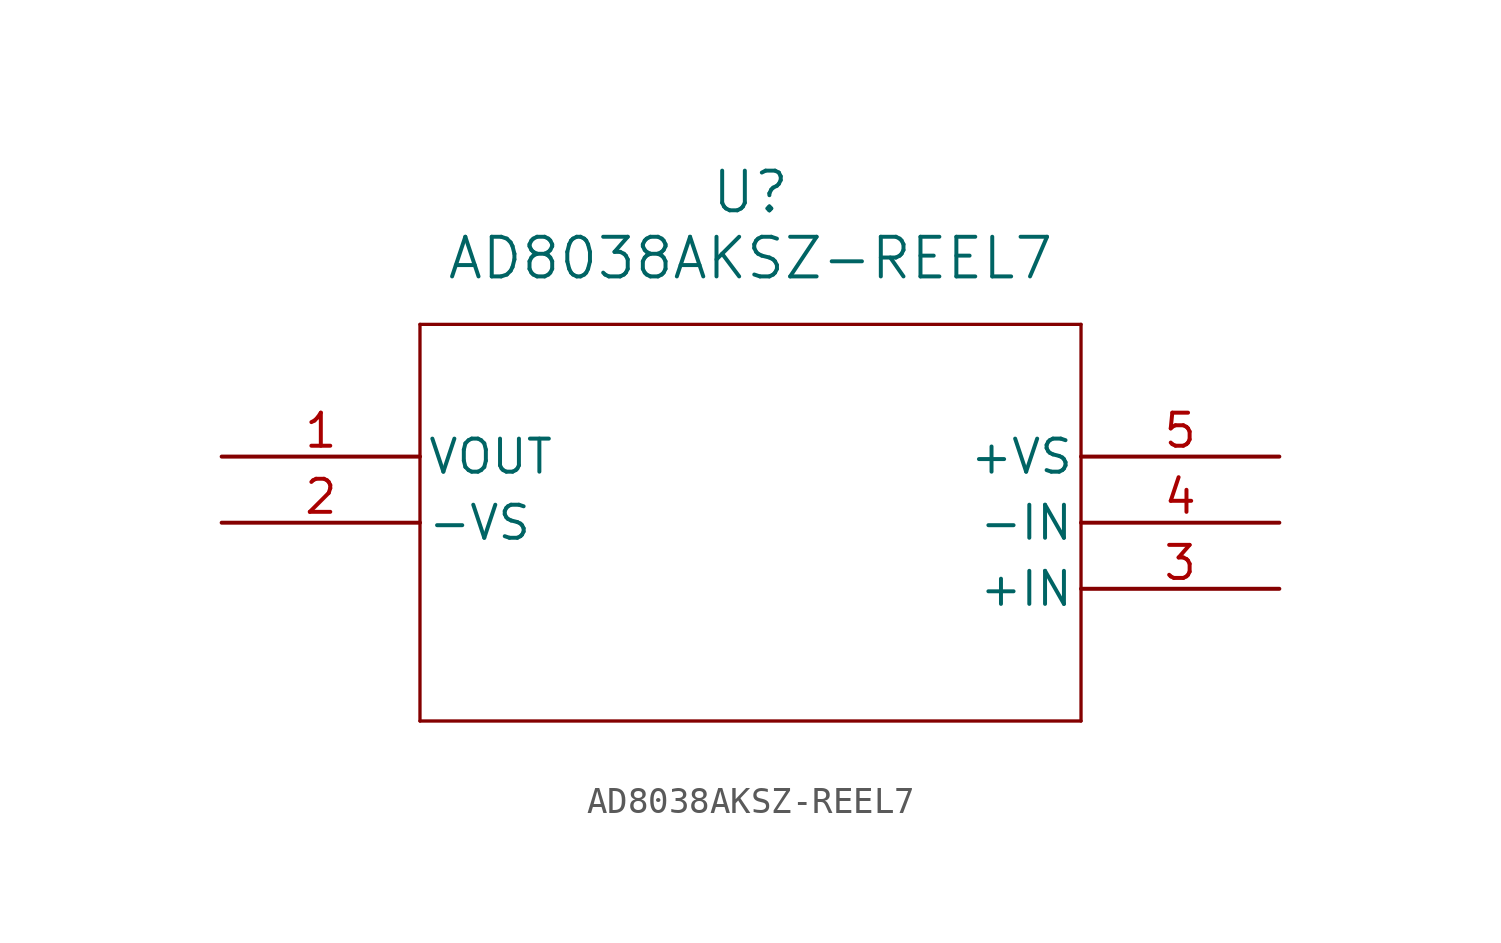
<source format=kicad_sym>
(kicad_symbol_lib
  (version 20211014)
  (generator kicad_symbol_editor)
  (symbol "AD8038AKSZ-REEL7"
    (pin_names
      (offset 0.254))
    (property "Reference" "U"
      (at 20.32 10.16 0)
      (effects (font (size 1.524 1.524))))
    (property "Value" "AD8038AKSZ-REEL7"
      (at 20.32 7.62 0)
      (effects (font (size 1.524 1.524))))
    (symbol "AD8038AKSZ-REEL7_0_1"
      (polyline (pts (xy 7.62 5.08) (xy 7.62 -10.16)) (stroke (width 0.127) (type default) (color 0 0 0 0)) (fill (type none)))
      (polyline (pts (xy 7.62 -10.16) (xy 33.02 -10.16)) (stroke (width 0.127) (type default) (color 0 0 0 0)) (fill (type none)))
      (polyline (pts (xy 33.02 -10.16) (xy 33.02 5.08)) (stroke (width 0.127) (type default) (color 0 0 0 0)) (fill (type none)))
      (polyline (pts (xy 33.02 5.08) (xy 7.62 5.08)) (stroke (width 0.127) (type default) (color 0 0 0 0)) (fill (type none)))
      (pin unspecified line (at 0 0 0) (length 7.62) (name "VOUT" (effects (font (size 1.27 1.27)))) (number "1" (effects (font (size 1.27 1.27)))))
      (pin power_in line (at 0 -2.54 0) (length 7.62) (name "-VS" (effects (font (size 1.27 1.27)))) (number "2" (effects (font (size 1.27 1.27)))))
      (pin unspecified line (at 40.64 -5.08 180) (length 7.62) (name "+IN" (effects (font (size 1.27 1.27)))) (number "3" (effects (font (size 1.27 1.27)))))
      (pin unspecified line (at 40.64 -2.54 180) (length 7.62) (name "-IN" (effects (font (size 1.27 1.27)))) (number "4" (effects (font (size 1.27 1.27)))))
      (pin power_in line (at 40.64 0 180) (length 7.62) (name "+VS" (effects (font (size 1.27 1.27)))) (number "5" (effects (font (size 1.27 1.27))))))))
</source>
